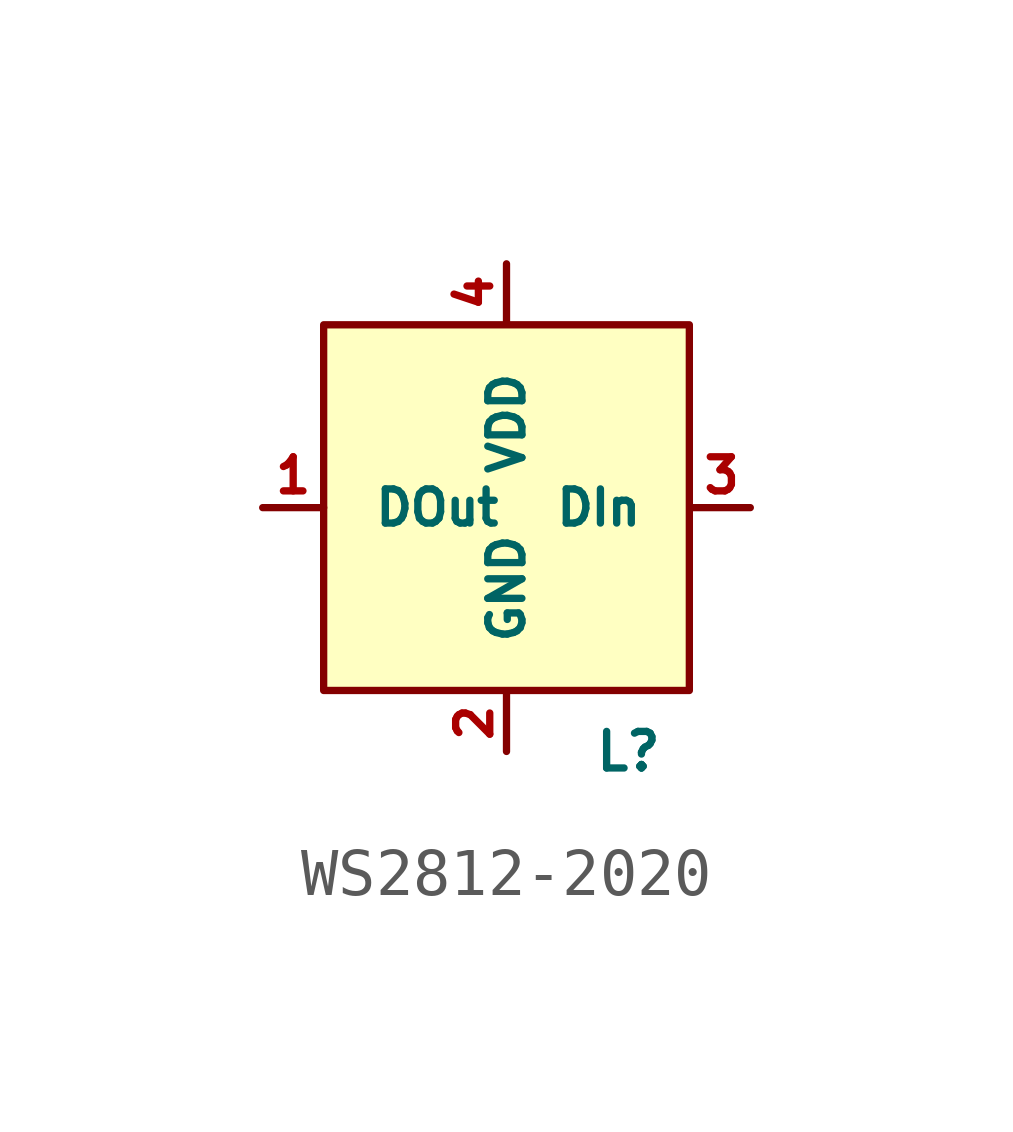
<source format=kicad_sym>
(kicad_symbol_lib
  (version 20211014)
  (generator kicad_symbol_editor)
  (symbol "WS2812-2020"
    (pin_names
      (offset 1.016))
    (property "Reference" "L"
      (at 2.54 -5.08 0)
      (effects (font (size 0.762 0.762))))
    (symbol "WS2812-2020_0_1"
      (rectangle (start -3.81 3.81) (end 3.81 -3.81) (stroke (width 0) (type default) (color 0 0 0 0)) (fill (type background))))
    (symbol "WS2812-2020_1_1"
      (pin output line (at -5.08 0 0) (length 1.27) (name "DOut" (effects (font (size 0.711 0.711)))) (number "1" (effects (font (size 0.711 0.711)))))
      (pin power_in line (at 0 -5.08 90) (length 1.194) (name "GND" (effects (font (size 0.711 0.711)))) (number "2" (effects (font (size 0.711 0.711)))))
      (pin input line (at 5.08 0 180) (length 1.194) (name "DIn" (effects (font (size 0.711 0.711)))) (number "3" (effects (font (size 0.711 0.711)))))
      (pin power_in line (at 0 5.08 270) (length 1.194) (name "VDD" (effects (font (size 0.711 0.711)))) (number "4" (effects (font (size 0.711 0.711))))))))
</source>
